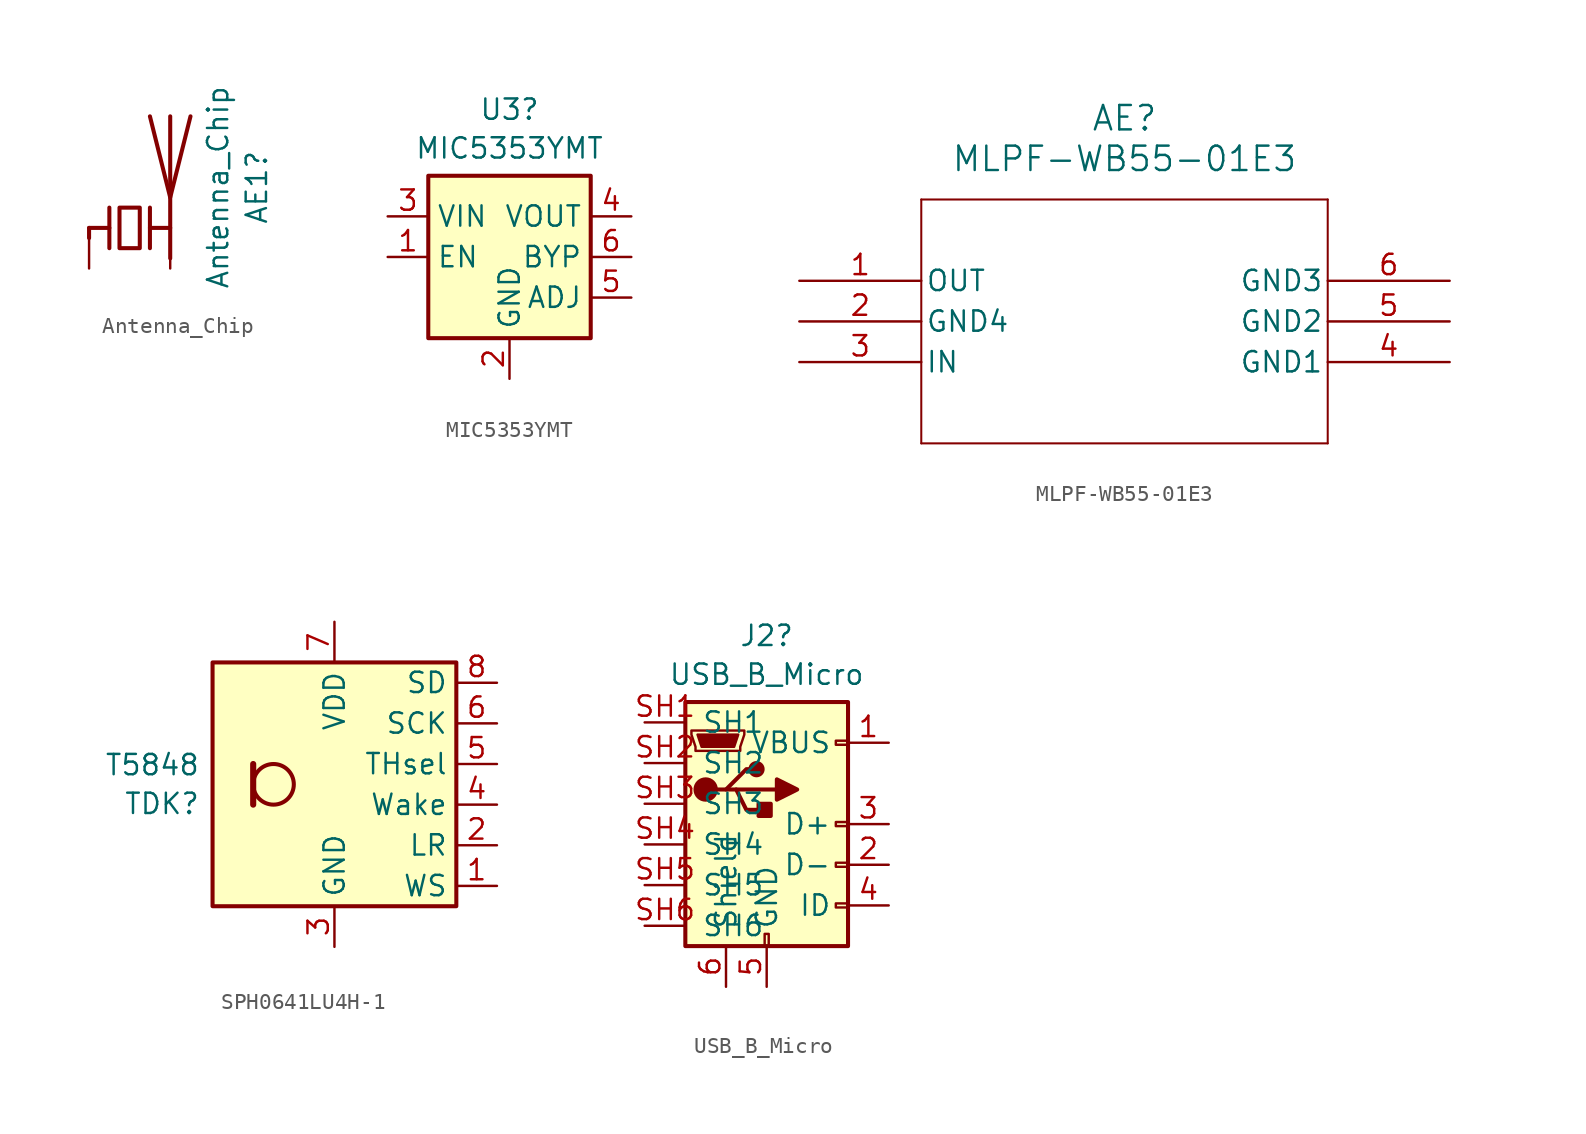
<source format=kicad_sym>
(kicad_symbol_lib
  (version 20231120)
  (generator "kicad_symbol_editor")
  (generator_version "8.0")
  (symbol "Antenna_Chip"
    (pin_numbers hide)
    (pin_names
      (offset 1.016) hide)
    (property "Reference" "AE1"
      (at 7.955 2.54 90)
      (effects (font (size 1.27 1.27))))
    (property "Value" "Antenna_Chip"
      (at 5.53 2.54 90)
      (effects (font (size 1.27 1.27))))
    (symbol "Antenna_Chip_0_1"
      (polyline (pts (xy -2.54 0) (xy -2.54 -0.635)) (stroke (width 0.254) (type default)) (fill (type none)))
      (polyline (pts (xy -2.54 0) (xy -1.27 0)) (stroke (width 0.254) (type default)) (fill (type none)))
      (polyline (pts (xy 1.27 0) (xy 2.54 0)) (stroke (width 0.254) (type default)) (fill (type none)))
      (polyline (pts (xy 1.27 1.27) (xy 1.27 -1.27)) (stroke (width 0.254) (type default)) (fill (type none)))
      (polyline (pts (xy 2.54 -0.635) (xy 2.54 0)) (stroke (width 0) (type default)) (fill (type none)))
      (polyline (pts (xy 2.54 6.985) (xy 2.54 -1.905)) (stroke (width 0.254) (type default)) (fill (type none)))
      (polyline (pts (xy -1.27 1.27) (xy -1.27 -1.27) (xy -1.27 0)) (stroke (width 0.254) (type default)) (fill (type none)))
      (polyline (pts (xy 3.81 6.985) (xy 2.54 1.905) (xy 1.27 6.985)) (stroke (width 0.254) (type default)) (fill (type none)))
      (polyline (pts (xy -0.635 1.27) (xy 0.635 1.27) (xy 0.635 -1.27) (xy -0.635 -1.27) (xy -0.635 1.27)) (stroke (width 0.254) (type default)) (fill (type none))))
    (symbol "Antenna_Chip_1_1"
      (pin passive line (at 2.54 -2.54 90) (length 2.54) (name "PCB_Trace" (effects (font (size 1.27 1.27)))) (number "1" (effects (font (size 1.27 1.27)))))
      (pin passive line (at -2.54 -2.54 90) (length 2.54) (name "FEED" (effects (font (size 1.27 1.27)))) (number "2" (effects (font (size 1.27 1.27)))))))
  (symbol "MIC5353YMT"
    (property "Reference" "U3"
      (at 0 9.225 0)
      (effects (font (size 1.27 1.27))))
    (property "Value" "MIC5353YMT"
      (at 0 6.8 0)
      (effects (font (size 1.27 1.27))))
    (symbol "MIC5353YMT_0_1"
      (rectangle (start -5.08 -5.08) (end 5.08 5.08) (stroke (width 0.254) (type default)) (fill (type background)))
      (pin input line (at -7.62 0 0) (length 2.54) (name "EN" (effects (font (size 1.27 1.27)))) (number "1" (effects (font (size 1.27 1.27)))))
      (pin power_in line (at 0 -7.62 90) (length 2.54) (name "GND" (effects (font (size 1.27 1.27)))) (number "2" (effects (font (size 1.27 1.27)))))
      (pin power_in line (at -7.62 2.54 0) (length 2.54) (name "VIN" (effects (font (size 1.27 1.27)))) (number "3" (effects (font (size 1.27 1.27)))))
      (pin power_out line (at 7.62 2.54 180) (length 2.54) (name "VOUT" (effects (font (size 1.27 1.27)))) (number "4" (effects (font (size 1.27 1.27)))))
      (pin input line (at 7.62 -2.54 180) (length 2.54) (name "ADJ" (effects (font (size 1.27 1.27)))) (number "5" (effects (font (size 1.27 1.27)))))
      (pin passive line (at 7.62 0 180) (length 2.54) (name "BYP" (effects (font (size 1.27 1.27)))) (number "6" (effects (font (size 1.27 1.27)))))
      (pin passive line (at 0 -7.62 90) (length 2.54) hide (name "GND" (effects (font (size 1.27 1.27)))) (number "7" (effects (font (size 1.27 1.27)))))))
  (symbol "MLPF-WB55-01E3"
    (pin_names
      (offset 0.254))
    (property "Reference" "AE"
      (at 20.32 10.16 0)
      (effects (font (size 1.524 1.524))))
    (property "Value" "MLPF-WB55-01E3"
      (at 20.32 7.62 0)
      (effects (font (size 1.524 1.524))))
    (property "ki_locked" ""
      (at 0 0 0)
      (effects (font (size 1.27 1.27))))
    (symbol "MLPF-WB55-01E3_0_1"
      (polyline (pts (xy 7.62 -10.16) (xy 33.02 -10.16)) (stroke (width 0.127) (type default)) (fill (type none)))
      (polyline (pts (xy 7.62 5.08) (xy 7.62 -10.16)) (stroke (width 0.127) (type default)) (fill (type none)))
      (polyline (pts (xy 33.02 -10.16) (xy 33.02 5.08)) (stroke (width 0.127) (type default)) (fill (type none)))
      (polyline (pts (xy 33.02 5.08) (xy 7.62 5.08)) (stroke (width 0.127) (type default)) (fill (type none)))
      (pin input line (at 0 0 0) (length 7.62) (name "OUT" (effects (font (size 1.27 1.27)))) (number "1" (effects (font (size 1.27 1.27)))))
      (pin power_out line (at 0 -2.54 0) (length 7.62) (name "GND4" (effects (font (size 1.27 1.27)))) (number "2" (effects (font (size 1.27 1.27)))))
      (pin output line (at 0 -5.08 0) (length 7.62) (name "IN" (effects (font (size 1.27 1.27)))) (number "3" (effects (font (size 1.27 1.27)))))
      (pin power_out line (at 40.64 -5.08 180) (length 7.62) (name "GND1" (effects (font (size 1.27 1.27)))) (number "4" (effects (font (size 1.27 1.27)))))
      (pin power_out line (at 40.64 -2.54 180) (length 7.62) (name "GND2" (effects (font (size 1.27 1.27)))) (number "5" (effects (font (size 1.27 1.27)))))
      (pin power_out line (at 40.64 0 180) (length 7.62) (name "GND3" (effects (font (size 1.27 1.27)))) (number "6" (effects (font (size 1.27 1.27)))))))
  (symbol "SPH0641LU4H-1"
    (property "Reference" "TDK"
      (at -8.382 -1.212 0)
      (effects (font (size 1.27 1.27)) (justify right)))
    (property "Value" "T5848"
      (at -8.382 1.212 0)
      (effects (font (size 1.27 1.27)) (justify right)))
    (symbol "SPH0641LU4H-1_1_1"
      (rectangle (start -7.62 7.62) (end 7.62 -7.62) (stroke (width 0.254) (type default)) (fill (type background)))
      (circle (center -3.81 0) (radius 1.27) (stroke (width 0.254) (type default)) (fill (type none)))
      (polyline (pts (xy -5.08 1.27) (xy -5.08 -1.27)) (stroke (width 0.381) (type default)) (fill (type none)))
      (pin unspecified line (at 10.16 -6.35 180) (length 2.54) (name "WS" (effects (font (size 1.27 1.27)))) (number "1" (effects (font (size 1.27 1.27)))))
      (pin unspecified line (at 10.16 -3.81 180) (length 2.54) (name "LR" (effects (font (size 1.27 1.27)))) (number "2" (effects (font (size 1.27 1.27)))))
      (pin unspecified line (at 0 -10.16 90) (length 2.54) (name "GND" (effects (font (size 1.27 1.27)))) (number "3" (effects (font (size 1.27 1.27)))))
      (pin unspecified line (at 10.16 -1.27 180) (length 2.54) (name "Wake" (effects (font (size 1.27 1.27)))) (number "4" (effects (font (size 1.27 1.27)))))
      (pin unspecified line (at 10.16 1.27 180) (length 2.54) (name "THsel" (effects (font (size 1.27 1.27)))) (number "5" (effects (font (size 1.27 1.27)))))
      (pin unspecified line (at 10.16 3.81 180) (length 2.54) (name "SCK" (effects (font (size 1.27 1.27)))) (number "6" (effects (font (size 1.27 1.27)))))
      (pin unspecified line (at 0 10.16 270) (length 2.54) (name "VDD" (effects (font (size 1.27 1.27)))) (number "7" (effects (font (size 1.27 1.27)))))
      (pin unspecified line (at 10.16 6.35 180) (length 2.54) (name "SD" (effects (font (size 1.27 1.27)))) (number "8" (effects (font (size 1.27 1.27)))))))
  (symbol "USB_B_Micro"
    (pin_names
      (offset 1.016))
    (property "Reference" "J2"
      (at 0 11.764 0)
      (effects (font (size 1.27 1.27))))
    (property "Value" "USB_B_Micro"
      (at 0 9.34 0)
      (effects (font (size 1.27 1.27))))
    (symbol "USB_B_Micro_0_1"
      (rectangle (start -5.08 -7.62) (end 5.08 7.62) (stroke (width 0.254) (type default)) (fill (type background)))
      (circle (center -3.81 2.159) (radius 0.635) (stroke (width 0.254) (type default)) (fill (type outline)))
      (circle (center -0.635 3.429) (radius 0.381) (stroke (width 0.254) (type default)) (fill (type outline)))
      (rectangle (start -0.127 -7.62) (end 0.127 -6.858) (stroke (width 0) (type default)) (fill (type none)))
      (polyline (pts (xy -1.905 2.159) (xy 0.635 2.159)) (stroke (width 0.254) (type default)) (fill (type none)))
      (polyline (pts (xy -3.175 2.159) (xy -2.54 2.159) (xy -1.27 3.429) (xy -0.635 3.429)) (stroke (width 0.254) (type default)) (fill (type none)))
      (polyline (pts (xy -2.54 2.159) (xy -1.905 2.159) (xy -1.27 0.889) (xy 0 0.889)) (stroke (width 0.254) (type default)) (fill (type none)))
      (polyline (pts (xy 0.635 2.794) (xy 0.635 1.524) (xy 1.905 2.159) (xy 0.635 2.794)) (stroke (width 0.254) (type default)) (fill (type outline)))
      (polyline (pts (xy -4.318 5.588) (xy -1.778 5.588) (xy -2.032 4.826) (xy -4.064 4.826) (xy -4.318 5.588)) (stroke (width 0) (type default)) (fill (type outline)))
      (polyline (pts (xy -4.699 5.842) (xy -4.699 5.588) (xy -4.445 4.826) (xy -4.445 4.572) (xy -1.651 4.572) (xy -1.651 4.826) (xy -1.397 5.588) (xy -1.397 5.842) (xy -4.699 5.842)) (stroke (width 0) (type default)) (fill (type none)))
      (rectangle (start 0.254 1.27) (end -0.508 0.508) (stroke (width 0.254) (type default)) (fill (type outline)))
      (rectangle (start 5.08 -5.207) (end 4.318 -4.953) (stroke (width 0) (type default)) (fill (type none)))
      (rectangle (start 5.08 -2.667) (end 4.318 -2.413) (stroke (width 0) (type default)) (fill (type none)))
      (rectangle (start 5.08 -0.127) (end 4.318 0.127) (stroke (width 0) (type default)) (fill (type none)))
      (rectangle (start 5.08 4.953) (end 4.318 5.207) (stroke (width 0) (type default)) (fill (type none))))
    (symbol "USB_B_Micro_1_1"
      (pin power_out line (at 7.62 5.08 180) (length 2.54) (name "VBUS" (effects (font (size 1.27 1.27)))) (number "1" (effects (font (size 1.27 1.27)))))
      (pin bidirectional line (at 7.62 -2.54 180) (length 2.54) (name "D-" (effects (font (size 1.27 1.27)))) (number "2" (effects (font (size 1.27 1.27)))))
      (pin bidirectional line (at 7.62 0 180) (length 2.54) (name "D+" (effects (font (size 1.27 1.27)))) (number "3" (effects (font (size 1.27 1.27)))))
      (pin passive line (at 7.62 -5.08 180) (length 2.54) (name "ID" (effects (font (size 1.27 1.27)))) (number "4" (effects (font (size 1.27 1.27)))))
      (pin power_out line (at 0 -10.16 90) (length 2.54) (name "GND" (effects (font (size 1.27 1.27)))) (number "5" (effects (font (size 1.27 1.27)))))
      (pin passive line (at -2.54 -10.16 90) (length 2.54) (name "Shield" (effects (font (size 1.27 1.27)))) (number "6" (effects (font (size 1.27 1.27)))))
      (pin passive line (at -7.62 6.35 0) (length 2.54) (name "SH1" (effects (font (size 1.27 1.27)))) (number "SH1" (effects (font (size 1.27 1.27)))))
      (pin passive line (at -7.62 3.81 0) (length 2.54) (name "SH2" (effects (font (size 1.27 1.27)))) (number "SH2" (effects (font (size 1.27 1.27)))))
      (pin passive line (at -7.62 1.27 0) (length 2.54) (name "SH3" (effects (font (size 1.27 1.27)))) (number "SH3" (effects (font (size 1.27 1.27)))))
      (pin passive line (at -7.62 -1.27 0) (length 2.54) (name "SH4" (effects (font (size 1.27 1.27)))) (number "SH4" (effects (font (size 1.27 1.27)))))
      (pin passive line (at -7.62 -3.81 0) (length 2.54) (name "SH5" (effects (font (size 1.27 1.27)))) (number "SH5" (effects (font (size 1.27 1.27)))))
      (pin passive line (at -7.62 -6.35 0) (length 2.54) (name "SH6" (effects (font (size 1.27 1.27)))) (number "SH6" (effects (font (size 1.27 1.27))))))))
</source>
